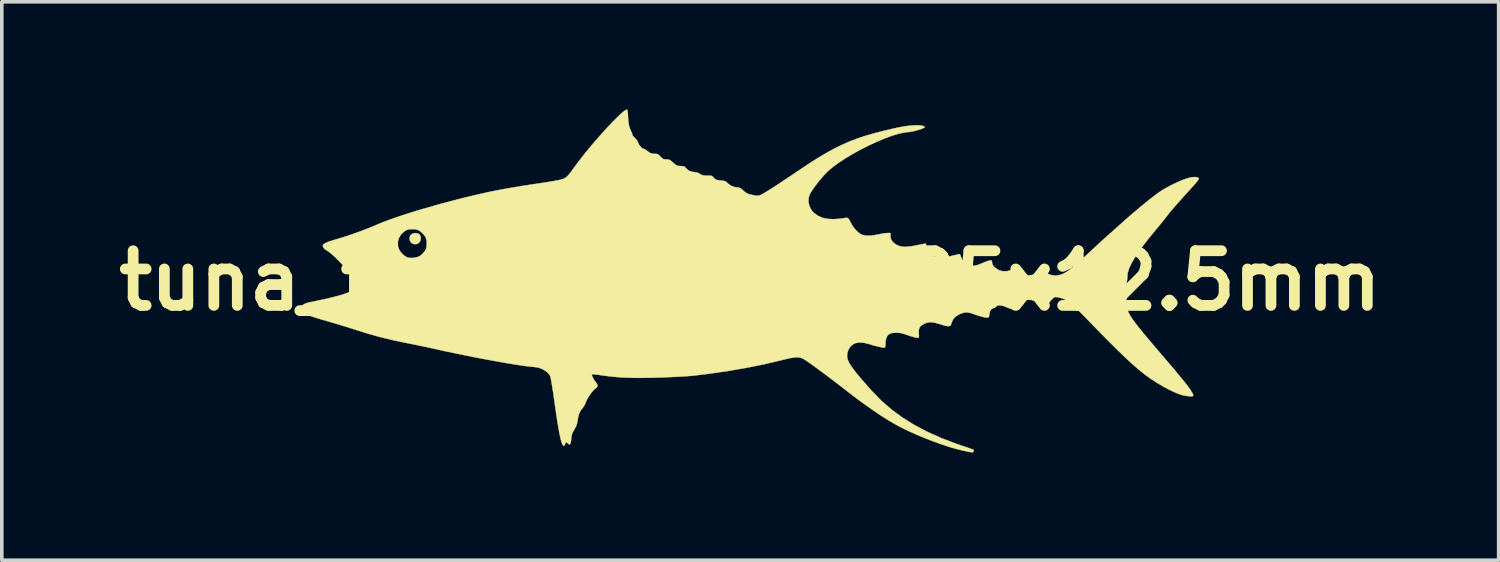
<source format=kicad_pcb>
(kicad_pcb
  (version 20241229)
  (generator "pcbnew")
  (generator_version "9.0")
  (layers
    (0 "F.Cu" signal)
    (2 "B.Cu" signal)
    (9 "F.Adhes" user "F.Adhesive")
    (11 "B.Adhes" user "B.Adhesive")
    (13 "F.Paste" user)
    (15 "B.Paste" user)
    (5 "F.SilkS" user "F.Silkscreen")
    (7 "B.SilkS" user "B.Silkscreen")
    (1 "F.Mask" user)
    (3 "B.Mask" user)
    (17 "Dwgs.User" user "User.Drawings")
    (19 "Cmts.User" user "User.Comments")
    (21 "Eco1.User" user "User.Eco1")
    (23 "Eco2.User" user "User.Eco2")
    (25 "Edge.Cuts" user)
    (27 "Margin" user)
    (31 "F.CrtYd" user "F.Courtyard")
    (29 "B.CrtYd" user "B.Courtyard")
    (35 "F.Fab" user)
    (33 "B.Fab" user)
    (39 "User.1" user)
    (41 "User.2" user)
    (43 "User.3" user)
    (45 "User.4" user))
  (footprint "tuna_fish_back1_L_25x12.5mm"
    (layer "F.Cu")
    (at 17.86 4.773)
    (property "Reference" "tuna_fish_back1_L_25x12.5mm" (at 0 0 0) (layer "F.SilkS") (effects (font (size 1.524 1.524) (thickness 0.3))))
    (attr through_hole)
    (fp_poly (pts (xy -9.243 -1.308) (xy -9.227 -1.298) (xy -9.193 -1.253) (xy -9.181 -1.19) (xy -9.19 -1.123) (xy -9.221 -1.066) (xy -9.228 -1.058) (xy -9.291 -1.023) (xy -9.363 -1.017) (xy -9.429 -1.041) (xy -9.453 -1.061) (xy -9.489 -1.124) (xy -9.495 -1.196) (xy -9.471 -1.262) (xy -9.45 -1.286) (xy -9.389 -1.32) (xy -9.314 -1.327) (xy -9.243 -1.308)) (stroke (width 0.01) (type solid)) (fill yes) (layer "F.SilkS"))
    (fp_poly (pts (xy -3.429 -4.766) (xy -3.42 -4.737) (xy -3.412 -4.682) (xy -3.407 -4.609) (xy -3.407 -4.595) (xy -3.396 -4.422) (xy -3.368 -4.281) (xy -3.324 -4.172) (xy -3.298 -4.118) (xy -3.284 -4.073) (xy -3.282 -4.062) (xy -3.268 -4.031) (xy -3.231 -3.992) (xy -3.215 -3.978) (xy -3.151 -3.907) (xy -3.126 -3.85) (xy -3.101 -3.794) (xy -3.059 -3.738) (xy -3.012 -3.694) (xy -2.969 -3.674) (xy -2.963 -3.673) (xy -2.936 -3.662) (xy -2.891 -3.632) (xy -2.855 -3.605) (xy -2.796 -3.563) (xy -2.744 -3.542) (xy -2.681 -3.537) (xy -2.671 -3.536) (xy -2.61 -3.534) (xy -2.568 -3.52) (xy -2.528 -3.487) (xy -2.501 -3.458) (xy -2.454 -3.412) (xy -2.414 -3.388) (xy -2.366 -3.381) (xy -2.337 -3.38) (xy -2.284 -3.377) (xy -2.243 -3.364) (xy -2.2 -3.335) (xy -2.147 -3.288) (xy -2.092 -3.239) (xy -2.05 -3.211) (xy -2.008 -3.199) (xy -1.952 -3.195) (xy -1.941 -3.195) (xy -1.875 -3.192) (xy -1.835 -3.181) (xy -1.806 -3.156) (xy -1.794 -3.14) (xy -1.721 -3.071) (xy -1.626 -3.035) (xy -1.56 -3.028) (xy -1.469 -3.013) (xy -1.404 -2.977) (xy -1.356 -2.949) (xy -1.308 -2.934) (xy -1.244 -2.928) (xy -1.199 -2.928) (xy -1.127 -2.928) (xy -1.083 -2.922) (xy -1.052 -2.907) (xy -1.023 -2.877) (xy -1.015 -2.868) (xy -0.984 -2.835) (xy -0.95 -2.814) (xy -0.902 -2.802) (xy -0.827 -2.793) (xy -0.825 -2.793) (xy -0.749 -2.784) (xy -0.7 -2.772) (xy -0.662 -2.75) (xy -0.624 -2.714) (xy -0.622 -2.711) (xy -0.534 -2.645) (xy -0.425 -2.607) (xy -0.34 -2.599) (xy -0.293 -2.589) (xy -0.241 -2.556) (xy -0.194 -2.513) (xy -0.141 -2.467) (xy -0.091 -2.435) (xy -0.028 -2.411) (xy 0.043 -2.393) (xy 0.128 -2.375) (xy 0.188 -2.368) (xy 0.236 -2.372) (xy 0.268 -2.38) (xy 0.312 -2.399) (xy 0.383 -2.439) (xy 0.483 -2.499) (xy 0.611 -2.58) (xy 0.769 -2.682) (xy 0.957 -2.806) (xy 1.175 -2.952) (xy 1.363 -3.079) (xy 1.64 -3.263) (xy 1.893 -3.424) (xy 2.128 -3.564) (xy 2.352 -3.686) (xy 2.568 -3.792) (xy 2.784 -3.886) (xy 3.005 -3.969) (xy 3.236 -4.045) (xy 3.483 -4.115) (xy 3.71 -4.174) (xy 3.891 -4.217) (xy 4.041 -4.251) (xy 4.169 -4.278) (xy 4.282 -4.298) (xy 4.387 -4.313) (xy 4.492 -4.324) (xy 4.545 -4.328) (xy 4.649 -4.332) (xy 4.739 -4.328) (xy 4.81 -4.316) (xy 4.854 -4.298) (xy 4.865 -4.28) (xy 4.847 -4.262) (xy 4.8 -4.24) (xy 4.731 -4.215) (xy 4.65 -4.191) (xy 4.564 -4.169) (xy 4.484 -4.152) (xy 4.416 -4.143) (xy 4.395 -4.142) (xy 4.344 -4.137) (xy 4.268 -4.124) (xy 4.181 -4.106) (xy 4.14 -4.096) (xy 3.953 -4.04) (xy 3.747 -3.965) (xy 3.529 -3.873) (xy 3.303 -3.768) (xy 3.077 -3.654) (xy 2.858 -3.532) (xy 2.65 -3.408) (xy 2.462 -3.284) (xy 2.298 -3.164) (xy 2.169 -3.054) (xy 2.077 -2.961) (xy 1.979 -2.849) (xy 1.88 -2.729) (xy 1.789 -2.608) (xy 1.713 -2.497) (xy 1.666 -2.418) (xy 1.628 -2.309) (xy 1.624 -2.191) (xy 1.652 -2.074) (xy 1.709 -1.966) (xy 1.77 -1.896) (xy 1.882 -1.812) (xy 2.011 -1.754) (xy 2.159 -1.722) (xy 2.331 -1.714) (xy 2.529 -1.73) (xy 2.638 -1.747) (xy 2.686 -1.753) (xy 2.72 -1.744) (xy 2.749 -1.717) (xy 2.78 -1.663) (xy 2.804 -1.613) (xy 2.86 -1.516) (xy 2.931 -1.425) (xy 3.01 -1.348) (xy 3.087 -1.293) (xy 3.136 -1.272) (xy 3.254 -1.253) (xy 3.392 -1.258) (xy 3.555 -1.285) (xy 3.576 -1.29) (xy 3.663 -1.307) (xy 3.748 -1.321) (xy 3.813 -1.328) (xy 3.825 -1.328) (xy 3.908 -1.329) (xy 3.908 -1.242) (xy 3.926 -1.149) (xy 3.982 -1.069) (xy 4.073 -1.002) (xy 4.089 -0.993) (xy 4.17 -0.962) (xy 4.261 -0.945) (xy 4.368 -0.945) (xy 4.499 -0.96) (xy 4.633 -0.985) (xy 4.726 -1.004) (xy 4.806 -1.02) (xy 4.863 -1.031) (xy 4.891 -1.035) (xy 4.892 -1.036) (xy 4.9 -1.018) (xy 4.904 -0.976) (xy 4.904 -0.967) (xy 4.919 -0.863) (xy 4.963 -0.78) (xy 5.04 -0.715) (xy 5.151 -0.667) (xy 5.205 -0.651) (xy 5.258 -0.639) (xy 5.301 -0.632) (xy 5.343 -0.631) (xy 5.393 -0.638) (xy 5.461 -0.653) (xy 5.556 -0.676) (xy 5.577 -0.681) (xy 5.67 -0.704) (xy 5.749 -0.723) (xy 5.807 -0.737) (xy 5.836 -0.742) (xy 5.837 -0.742) (xy 5.852 -0.725) (xy 5.869 -0.682) (xy 5.876 -0.658) (xy 5.921 -0.562) (xy 5.995 -0.485) (xy 6.091 -0.434) (xy 6.107 -0.429) (xy 6.179 -0.415) (xy 6.251 -0.417) (xy 6.331 -0.435) (xy 6.431 -0.473) (xy 6.467 -0.488) (xy 6.545 -0.52) (xy 6.617 -0.546) (xy 6.671 -0.56) (xy 6.674 -0.561) (xy 6.719 -0.566) (xy 6.737 -0.553) (xy 6.741 -0.514) (xy 6.741 -0.508) (xy 6.749 -0.459) (xy 6.778 -0.411) (xy 6.819 -0.369) (xy 6.92 -0.298) (xy 7.034 -0.263) (xy 7.157 -0.264) (xy 7.286 -0.301) (xy 7.331 -0.323) (xy 7.407 -0.358) (xy 7.461 -0.369) (xy 7.499 -0.354) (xy 7.532 -0.312) (xy 7.542 -0.293) (xy 7.595 -0.216) (xy 7.662 -0.168) (xy 7.747 -0.149) (xy 7.852 -0.157) (xy 7.982 -0.193) (xy 8.035 -0.213) (xy 8.206 -0.279) (xy 8.253 -0.229) (xy 8.32 -0.181) (xy 8.41 -0.151) (xy 8.51 -0.141) (xy 8.556 -0.145) (xy 8.617 -0.156) (xy 8.677 -0.173) (xy 8.738 -0.2) (xy 8.806 -0.238) (xy 8.881 -0.29) (xy 8.969 -0.358) (xy 9.072 -0.444) (xy 9.194 -0.551) (xy 9.337 -0.682) (xy 9.476 -0.81) (xy 9.582 -0.909) (xy 9.688 -1.006) (xy 9.786 -1.097) (xy 9.872 -1.175) (xy 9.938 -1.235) (xy 9.959 -1.253) (xy 10.015 -1.303) (xy 10.094 -1.373) (xy 10.189 -1.458) (xy 10.294 -1.552) (xy 10.402 -1.648) (xy 10.447 -1.688) (xy 10.62 -1.84) (xy 10.802 -1.994) (xy 10.983 -2.145) (xy 11.157 -2.284) (xy 11.313 -2.404) (xy 11.359 -2.439) (xy 11.469 -2.514) (xy 11.599 -2.59) (xy 11.741 -2.666) (xy 11.885 -2.735) (xy 12.026 -2.796) (xy 12.154 -2.844) (xy 12.263 -2.875) (xy 12.31 -2.884) (xy 12.397 -2.889) (xy 12.462 -2.881) (xy 12.498 -2.86) (xy 12.505 -2.843) (xy 12.492 -2.817) (xy 12.459 -2.77) (xy 12.409 -2.71) (xy 12.373 -2.668) (xy 12.217 -2.496) (xy 12.084 -2.349) (xy 11.974 -2.225) (xy 11.881 -2.121) (xy 11.805 -2.034) (xy 11.743 -1.962) (xy 11.692 -1.9) (xy 11.649 -1.846) (xy 11.619 -1.807) (xy 11.554 -1.723) (xy 11.475 -1.625) (xy 11.395 -1.527) (xy 11.352 -1.475) (xy 11.148 -1.228) (xy 10.974 -1.006) (xy 10.828 -0.806) (xy 10.71 -0.628) (xy 10.621 -0.472) (xy 10.558 -0.336) (xy 10.522 -0.219) (xy 10.512 -0.131) (xy 10.508 -0.047) (xy 10.497 0.04) (xy 10.491 0.074) (xy 10.481 0.151) (xy 10.488 0.217) (xy 10.499 0.252) (xy 10.515 0.311) (xy 10.515 0.362) (xy 10.5 0.422) (xy 10.483 0.528) (xy 10.485 0.632) (xy 10.491 0.69) (xy 10.499 0.744) (xy 10.512 0.797) (xy 10.53 0.851) (xy 10.555 0.908) (xy 10.589 0.971) (xy 10.634 1.042) (xy 10.691 1.124) (xy 10.763 1.218) (xy 10.849 1.328) (xy 10.954 1.456) (xy 11.077 1.603) (xy 11.221 1.774) (xy 11.387 1.969) (xy 11.566 2.179) (xy 11.738 2.38) (xy 11.885 2.555) (xy 12.009 2.705) (xy 12.111 2.831) (xy 12.193 2.936) (xy 12.256 3.022) (xy 12.301 3.091) (xy 12.331 3.144) (xy 12.346 3.184) (xy 12.348 3.204) (xy 12.331 3.218) (xy 12.282 3.223) (xy 12.211 3.219) (xy 12.123 3.207) (xy 12.059 3.194) (xy 11.958 3.163) (xy 11.833 3.112) (xy 11.69 3.044) (xy 11.536 2.963) (xy 11.376 2.87) (xy 11.316 2.833) (xy 11.212 2.766) (xy 11.11 2.696) (xy 11.007 2.621) (xy 10.901 2.538) (xy 10.789 2.445) (xy 10.67 2.341) (xy 10.54 2.223) (xy 10.398 2.089) (xy 10.241 1.937) (xy 10.068 1.765) (xy 9.875 1.571) (xy 9.66 1.353) (xy 9.422 1.108) (xy 9.387 1.072) (xy 9.251 0.932) (xy 9.137 0.818) (xy 9.041 0.727) (xy 8.961 0.655) (xy 8.891 0.599) (xy 8.828 0.556) (xy 8.767 0.524) (xy 8.706 0.498) (xy 8.64 0.477) (xy 8.64 0.477) (xy 8.572 0.461) (xy 8.513 0.455) (xy 8.489 0.458) (xy 8.453 0.479) (xy 8.406 0.523) (xy 8.361 0.577) (xy 8.314 0.632) (xy 8.272 0.67) (xy 8.244 0.684) (xy 8.211 0.676) (xy 8.154 0.654) (xy 8.084 0.624) (xy 8.068 0.616) (xy 7.946 0.565) (xy 7.841 0.538) (xy 7.741 0.534) (xy 7.654 0.546) (xy 7.57 0.571) (xy 7.514 0.608) (xy 7.477 0.668) (xy 7.457 0.725) (xy 7.439 0.777) (xy 7.42 0.802) (xy 7.388 0.808) (xy 7.359 0.807) (xy 7.305 0.796) (xy 7.231 0.774) (xy 7.154 0.744) (xy 7.152 0.743) (xy 7.048 0.703) (xy 6.962 0.687) (xy 6.883 0.694) (xy 6.804 0.723) (xy 6.727 0.777) (xy 6.679 0.857) (xy 6.663 0.957) (xy 6.663 0.957) (xy 6.654 1.006) (xy 6.633 1.028) (xy 6.595 1.03) (xy 6.528 1.02) (xy 6.441 0.999) (xy 6.343 0.97) (xy 6.242 0.936) (xy 6.227 0.93) (xy 6.117 0.894) (xy 6.027 0.882) (xy 5.942 0.893) (xy 5.849 0.928) (xy 5.824 0.94) (xy 5.729 0.998) (xy 5.664 1.065) (xy 5.62 1.152) (xy 5.607 1.197) (xy 5.592 1.235) (xy 5.57 1.259) (xy 5.535 1.269) (xy 5.481 1.264) (xy 5.402 1.246) (xy 5.292 1.213) (xy 5.285 1.211) (xy 5.168 1.178) (xy 5.076 1.16) (xy 5.001 1.157) (xy 4.934 1.169) (xy 4.863 1.195) (xy 4.852 1.2) (xy 4.766 1.252) (xy 4.715 1.315) (xy 4.695 1.395) (xy 4.699 1.478) (xy 4.704 1.544) (xy 4.699 1.58) (xy 4.686 1.593) (xy 4.652 1.592) (xy 4.59 1.579) (xy 4.505 1.556) (xy 4.405 1.524) (xy 4.298 1.487) (xy 4.183 1.457) (xy 4.06 1.449) (xy 3.946 1.461) (xy 3.908 1.471) (xy 3.84 1.514) (xy 3.795 1.588) (xy 3.773 1.692) (xy 3.771 1.743) (xy 3.768 1.805) (xy 3.76 1.85) (xy 3.752 1.865) (xy 3.722 1.867) (xy 3.662 1.858) (xy 3.578 1.84) (xy 3.477 1.815) (xy 3.366 1.783) (xy 3.316 1.767) (xy 3.166 1.73) (xy 3.04 1.722) (xy 2.933 1.741) (xy 2.891 1.759) (xy 2.806 1.823) (xy 2.743 1.911) (xy 2.707 2.015) (xy 2.7 2.123) (xy 2.715 2.194) (xy 2.739 2.254) (xy 2.775 2.322) (xy 2.827 2.4) (xy 2.895 2.493) (xy 2.981 2.602) (xy 3.089 2.731) (xy 3.22 2.882) (xy 3.376 3.057) (xy 3.396 3.079) (xy 3.655 3.345) (xy 3.936 3.589) (xy 4.243 3.815) (xy 4.577 4.023) (xy 4.94 4.215) (xy 5.336 4.391) (xy 5.766 4.554) (xy 5.907 4.602) (xy 6.01 4.637) (xy 6.1 4.668) (xy 6.171 4.693) (xy 6.215 4.71) (xy 6.227 4.716) (xy 6.231 4.742) (xy 6.215 4.772) (xy 6.189 4.786) (xy 6.161 4.781) (xy 6.104 4.771) (xy 6.024 4.755) (xy 5.932 4.736) (xy 5.931 4.736) (xy 5.75 4.692) (xy 5.543 4.632) (xy 5.317 4.557) (xy 5.081 4.471) (xy 4.84 4.377) (xy 4.604 4.277) (xy 4.379 4.175) (xy 4.174 4.074) (xy 4.074 4.02) (xy 3.867 3.9) (xy 3.638 3.756) (xy 3.393 3.59) (xy 3.136 3.408) (xy 2.874 3.213) (xy 2.735 3.106) (xy 2.549 2.961) (xy 2.367 2.822) (xy 2.194 2.69) (xy 2.031 2.568) (xy 1.882 2.458) (xy 1.75 2.362) (xy 1.637 2.282) (xy 1.548 2.221) (xy 1.484 2.181) (xy 1.457 2.167) (xy 1.406 2.147) (xy 1.353 2.136) (xy 1.291 2.134) (xy 1.215 2.141) (xy 1.118 2.158) (xy 0.996 2.185) (xy 0.854 2.22) (xy 0.392 2.329) (xy -0.101 2.428) (xy -0.614 2.517) (xy -1.14 2.593) (xy -1.592 2.648) (xy -1.68 2.656) (xy -1.8 2.664) (xy -1.944 2.673) (xy -2.105 2.681) (xy -2.277 2.689) (xy -2.452 2.696) (xy -2.54 2.699) (xy -2.822 2.707) (xy -3.072 2.709) (xy -3.296 2.708) (xy -3.501 2.701) (xy -3.693 2.689) (xy -3.88 2.671) (xy -4.067 2.648) (xy -4.14 2.637) (xy -4.237 2.623) (xy -4.319 2.613) (xy -4.378 2.607) (xy -4.409 2.606) (xy -4.411 2.607) (xy -4.413 2.634) (xy -4.396 2.682) (xy -4.365 2.742) (xy -4.324 2.804) (xy -4.307 2.826) (xy -4.264 2.888) (xy -4.254 2.936) (xy -4.277 2.977) (xy -4.326 3.016) (xy -4.372 3.057) (xy -4.427 3.124) (xy -4.484 3.204) (xy -4.535 3.287) (xy -4.572 3.362) (xy -4.584 3.395) (xy -4.614 3.465) (xy -4.654 3.529) (xy -4.668 3.546) (xy -4.725 3.617) (xy -4.765 3.695) (xy -4.793 3.793) (xy -4.809 3.882) (xy -4.827 3.982) (xy -4.855 4.063) (xy -4.899 4.143) (xy -4.904 4.152) (xy -4.948 4.228) (xy -4.972 4.294) (xy -4.985 4.37) (xy -4.988 4.403) (xy -4.999 4.495) (xy -5.015 4.549) (xy -5.038 4.567) (xy -5.069 4.55) (xy -5.082 4.535) (xy -5.118 4.505) (xy -5.144 4.513) (xy -5.161 4.559) (xy -5.161 4.562) (xy -5.179 4.594) (xy -5.197 4.601) (xy -5.218 4.589) (xy -5.24 4.552) (xy -5.263 4.488) (xy -5.287 4.396) (xy -5.314 4.273) (xy -5.342 4.119) (xy -5.374 3.932) (xy -5.408 3.709) (xy -5.445 3.45) (xy -5.461 3.336) (xy -5.487 3.153) (xy -5.512 2.993) (xy -5.534 2.859) (xy -5.553 2.754) (xy -5.569 2.681) (xy -5.58 2.645) (xy -5.625 2.585) (xy -5.695 2.524) (xy -5.78 2.471) (xy -5.867 2.433) (xy -5.891 2.426) (xy -5.95 2.415) (xy -6.032 2.404) (xy -6.116 2.395) (xy -6.23 2.383) (xy -6.377 2.363) (xy -6.554 2.336) (xy -6.756 2.303) (xy -6.979 2.264) (xy -7.218 2.221) (xy -7.47 2.174) (xy -7.73 2.124) (xy -7.993 2.071) (xy -8.255 2.017) (xy -8.513 1.963) (xy -8.761 1.908) (xy -8.851 1.888) (xy -8.976 1.86) (xy -9.125 1.829) (xy -9.284 1.796) (xy -9.438 1.765) (xy -9.525 1.748) (xy -9.927 1.665) (xy -10.309 1.573) (xy -10.664 1.473) (xy -10.775 1.439) (xy -11.028 1.359) (xy -11.253 1.288) (xy -11.461 1.225) (xy -11.661 1.165) (xy -11.863 1.106) (xy -11.908 1.094) (xy -12.083 1.041) (xy -12.222 0.996) (xy -12.328 0.955) (xy -12.404 0.918) (xy -12.452 0.884) (xy -12.463 0.873) (xy -12.483 0.834) (xy -12.497 0.779) (xy -12.498 0.777) (xy -12.5 0.725) (xy -12.48 0.689) (xy -12.457 0.668) (xy -12.406 0.64) (xy -12.338 0.616) (xy -12.303 0.607) (xy -12.032 0.552) (xy -11.798 0.501) (xy -11.597 0.452) (xy -11.429 0.407) (xy -11.291 0.362) (xy -11.181 0.319) (xy -11.096 0.276) (xy -11.034 0.233) (xy -10.993 0.188) (xy -10.984 0.172) (xy -10.969 0.136) (xy -10.971 0.1) (xy -10.99 0.048) (xy -10.995 0.037) (xy -11.035 -0.035) (xy -11.099 -0.126) (xy -11.181 -0.23) (xy -11.276 -0.343) (xy -11.378 -0.457) (xy -11.482 -0.566) (xy -11.582 -0.665) (xy -11.672 -0.747) (xy -11.748 -0.807) (xy -11.778 -0.826) (xy -11.857 -0.879) (xy -11.903 -0.93) (xy -11.914 -0.977) (xy -11.901 -1.004) (xy -11.876 -1.027) (xy -11.836 -1.05) (xy -11.777 -1.076) (xy -11.774 -1.077) (xy -9.821 -1.077) (xy -9.816 -0.953) (xy -9.809 -0.921) (xy -9.775 -0.846) (xy -9.717 -0.769) (xy -9.646 -0.701) (xy -9.573 -0.655) (xy -9.551 -0.646) (xy -9.452 -0.632) (xy -9.344 -0.64) (xy -9.245 -0.669) (xy -9.201 -0.693) (xy -9.142 -0.742) (xy -9.086 -0.804) (xy -9.071 -0.824) (xy -9.04 -0.878) (xy -9.023 -0.931) (xy -9.017 -0.999) (xy -9.017 -1.036) (xy -9.02 -1.115) (xy -9.032 -1.172) (xy -9.056 -1.224) (xy -9.071 -1.247) (xy -9.123 -1.31) (xy -9.187 -1.368) (xy -9.206 -1.382) (xy -9.26 -1.413) (xy -9.313 -1.43) (xy -9.381 -1.436) (xy -9.418 -1.436) (xy -9.497 -1.433) (xy -9.554 -1.422) (xy -9.606 -1.397) (xy -9.629 -1.382) (xy -9.725 -1.297) (xy -9.79 -1.193) (xy -9.821 -1.077) (xy -11.774 -1.077) (xy -11.694 -1.105) (xy -11.583 -1.14) (xy -11.44 -1.182) (xy -11.238 -1.245) (xy -11.016 -1.321) (xy -10.785 -1.406) (xy -10.561 -1.494) (xy -10.383 -1.57) (xy -10.281 -1.613) (xy -10.149 -1.663) (xy -9.995 -1.719) (xy -9.826 -1.778) (xy -9.65 -1.837) (xy -9.475 -1.894) (xy -9.308 -1.946) (xy -9.157 -1.99) (xy -9.106 -2.005) (xy -8.999 -2.034) (xy -8.906 -2.06) (xy -8.833 -2.082) (xy -8.787 -2.096) (xy -8.772 -2.101) (xy -8.751 -2.107) (xy -8.697 -2.122) (xy -8.614 -2.145) (xy -8.508 -2.173) (xy -8.383 -2.206) (xy -8.244 -2.242) (xy -8.195 -2.255) (xy -7.873 -2.336) (xy -7.57 -2.408) (xy -7.278 -2.473) (xy -6.985 -2.532) (xy -6.685 -2.586) (xy -6.366 -2.639) (xy -6.02 -2.692) (xy -5.924 -2.706) (xy -5.783 -2.727) (xy -5.644 -2.749) (xy -5.518 -2.77) (xy -5.41 -2.789) (xy -5.329 -2.805) (xy -5.299 -2.812) (xy -5.235 -2.83) (xy -5.184 -2.849) (xy -5.139 -2.876) (xy -5.094 -2.914) (xy -5.046 -2.969) (xy -4.987 -3.045) (xy -4.912 -3.148) (xy -4.9 -3.165) (xy -4.799 -3.301) (xy -4.688 -3.445) (xy -4.569 -3.595) (xy -4.444 -3.746) (xy -4.315 -3.897) (xy -4.186 -4.045) (xy -4.059 -4.186) (xy -3.937 -4.319) (xy -3.822 -4.439) (xy -3.716 -4.545) (xy -3.623 -4.634) (xy -3.545 -4.703) (xy -3.485 -4.748) (xy -3.444 -4.768) (xy -3.429 -4.766)) (stroke (width 0.01) (type solid)) (fill yes) (layer "F.SilkS")))
  (gr_rect
    (start -3 -3)
    (end 38.72 12.564)
    (stroke (width 0.1) (type default))
    (fill no)
    (layer "Edge.Cuts")))
</source>
